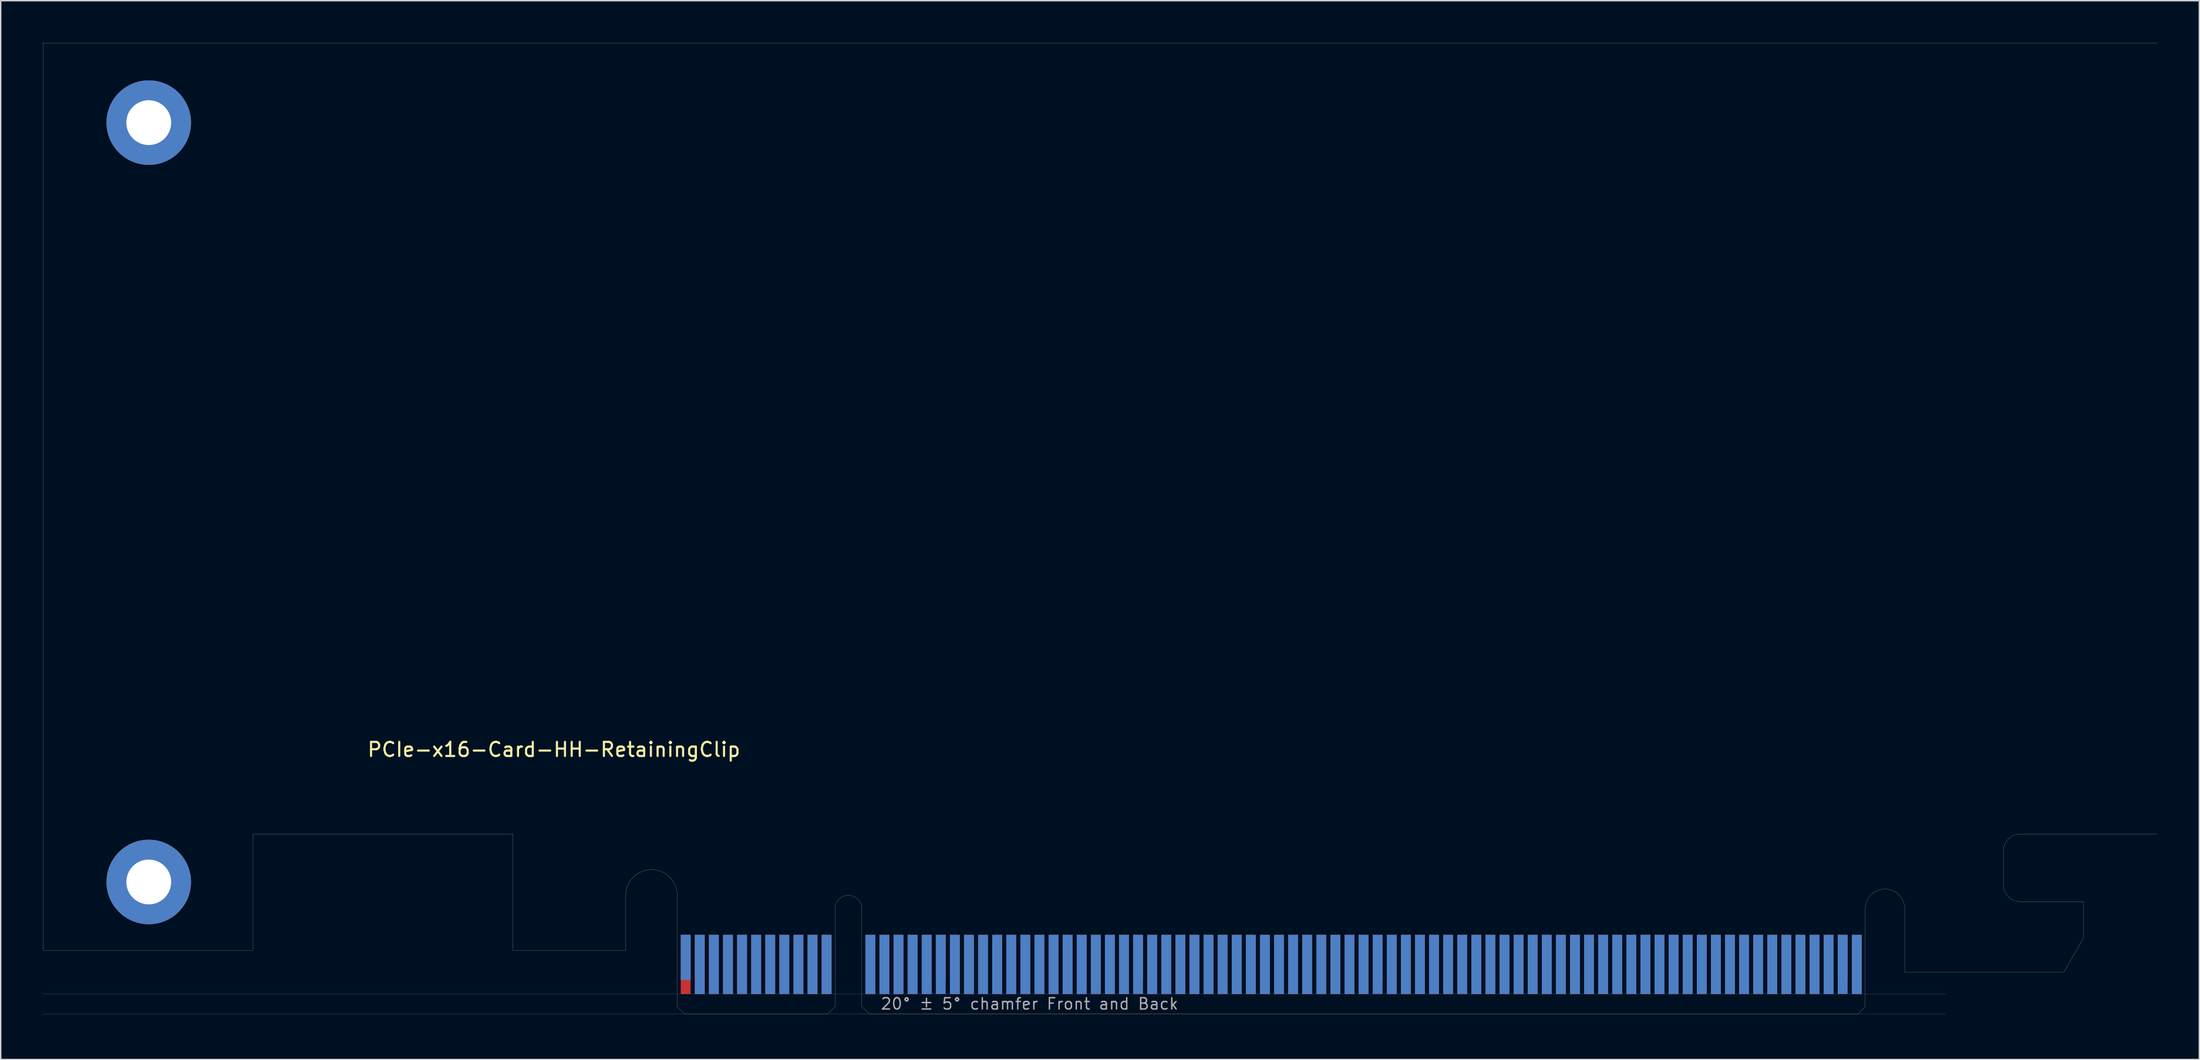
<source format=kicad_pcb>
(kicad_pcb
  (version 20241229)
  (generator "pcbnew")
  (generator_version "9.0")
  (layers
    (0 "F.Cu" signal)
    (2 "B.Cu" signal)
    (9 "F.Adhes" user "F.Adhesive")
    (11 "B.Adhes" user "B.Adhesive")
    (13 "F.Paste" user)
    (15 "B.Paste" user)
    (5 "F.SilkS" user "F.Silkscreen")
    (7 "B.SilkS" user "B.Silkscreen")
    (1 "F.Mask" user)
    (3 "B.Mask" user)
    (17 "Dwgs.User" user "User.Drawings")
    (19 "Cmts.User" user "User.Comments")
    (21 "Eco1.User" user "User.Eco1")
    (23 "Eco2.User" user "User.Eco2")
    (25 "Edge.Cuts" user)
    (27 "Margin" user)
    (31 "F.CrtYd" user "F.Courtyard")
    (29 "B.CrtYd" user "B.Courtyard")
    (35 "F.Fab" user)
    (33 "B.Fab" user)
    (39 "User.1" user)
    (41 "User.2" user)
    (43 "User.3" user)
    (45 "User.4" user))
  (footprint "PCIe-x16-Card-HH-RetainingClip"
    (layer "F.Cu")
    (at 45.005 68.905)
    (property "Reference" "PCIe-x16-Card-HH-RetainingClip" (at -8.75 -18.75 0) (layer "F.SilkS") (effects (font (size 1 1) (thickness 0.15))))
    (attr smd)
    (fp_poly (pts (xy -3.65 -4.5) (xy -11.65 -4.5) (xy -11.65 -7.95) (xy -3.65 -7.95)) (stroke (width 0.1) (type solid)) (fill yes) (layer "F.Mask"))
    (fp_poly (pts (xy 11.2 -5.45) (xy 0 -5.45) (xy 0 0) (xy 11.2 0)) (stroke (width 0.1) (type solid)) (fill yes) (layer "F.Mask"))
    (fp_poly (pts (xy 84.3 -5.45) (xy 13.1 -5.45) (xy 13.1 0) (xy 84.3 0)) (stroke (width 0.1) (type solid)) (fill yes) (layer "F.Mask"))
    (fp_poly (pts (xy 99.8 -5.4) (xy 98.4 -2.95) (xy 87.1 -2.95) (xy 87.1 -7.95) (xy 99.8 -7.95)) (stroke (width 0.1) (type solid)) (fill yes) (layer "F.Mask"))
    (fp_poly (pts (xy -3.65 -7.95) (xy -11.65 -7.95) (xy -11.65 -4.5) (xy -3.65 -4.5)) (stroke (width 0.1) (type solid)) (fill yes) (layer "B.Mask"))
    (fp_poly (pts (xy 11.2 0) (xy 0 0) (xy 0 -5.45) (xy 11.2 -5.45)) (stroke (width 0.1) (type solid)) (fill yes) (layer "B.Mask"))
    (fp_poly (pts (xy 84.3 -5.45) (xy 13.1 -5.45) (xy 13.1 0) (xy 84.3 0)) (stroke (width 0.1) (type solid)) (fill yes) (layer "B.Mask"))
    (fp_poly (pts (xy 99.8 -5.4) (xy 98.4 -2.95) (xy 87.1 -2.95) (xy 87.1 -7.95) (xy 99.8 -7.95)) (stroke (width 0.1) (type solid)) (fill yes) (layer "B.Mask"))
    (fp_line (start -45 -68.9) (end 105 -68.9) (stroke (width 0.01) (type solid)) (layer "Edge.Cuts"))
    (fp_line (start -45 -4.5) (end -45 -68.9) (stroke (width 0.01) (type solid)) (layer "Edge.Cuts"))
    (fp_line (start -30.1 -12.75) (end -30.1 -4.5) (stroke (width 0.01) (type solid)) (layer "Edge.Cuts"))
    (fp_line (start -30.1 -4.5) (end -45 -4.5) (stroke (width 0.01) (type solid)) (layer "Edge.Cuts"))
    (fp_line (start -11.65 -12.75) (end -30.1 -12.75) (stroke (width 0.01) (type solid)) (layer "Edge.Cuts"))
    (fp_line (start -11.65 -4.5) (end -11.65 -12.75) (stroke (width 0.01) (type solid)) (layer "Edge.Cuts"))
    (fp_line (start -3.65 -4.5) (end -11.65 -4.5) (stroke (width 0.01) (type solid)) (layer "Edge.Cuts"))
    (fp_line (start -3.65 -4.5) (end -3.65 -8.4) (stroke (width 0.01) (type solid)) (layer "Edge.Cuts"))
    (fp_line (start 0 -0.5) (end 0 -8.4) (stroke (width 0.01) (type solid)) (layer "Edge.Cuts"))
    (fp_line (start 0.5 0) (end 0 -0.5) (stroke (width 0.01) (type solid)) (layer "Edge.Cuts"))
    (fp_line (start 0.5 0) (end 10.7 0) (stroke (width 0.01) (type solid)) (layer "Edge.Cuts"))
    (fp_line (start 10.7 0) (end 11.2 -0.5) (stroke (width 0.01) (type solid)) (layer "Edge.Cuts"))
    (fp_line (start 11.2 -0.5) (end 11.2 -7.45) (stroke (width 0.01) (type solid)) (layer "Edge.Cuts"))
    (fp_line (start 13.1 -0.5) (end 13.1 -7.45) (stroke (width 0.01) (type solid)) (layer "Edge.Cuts"))
    (fp_line (start 13.6 0) (end 13.1 -0.5) (stroke (width 0.01) (type solid)) (layer "Edge.Cuts"))
    (fp_line (start 83.8 0) (end 13.6 0) (stroke (width 0.01) (type solid)) (layer "Edge.Cuts"))
    (fp_line (start 83.8 0) (end 84.3 -0.5) (stroke (width 0.01) (type solid)) (layer "Edge.Cuts"))
    (fp_line (start 84.3 -0.5) (end 84.3 -7.45) (stroke (width 0.01) (type solid)) (layer "Edge.Cuts"))
    (fp_line (start 87.1 -7.45) (end 87.1 -2.95) (stroke (width 0.01) (type solid)) (layer "Edge.Cuts"))
    (fp_line (start 87.1 -2.95) (end 98.4 -2.95) (stroke (width 0.01) (type solid)) (layer "Edge.Cuts"))
    (fp_line (start 94.1 -11.55) (end 94.1 -9.15) (stroke (width 0.01) (type solid)) (layer "Edge.Cuts"))
    (fp_line (start 95.3 -12.75) (end 105 -12.75) (stroke (width 0.01) (type solid)) (layer "Edge.Cuts"))
    (fp_line (start 98.4 -2.95) (end 99.8 -5.4) (stroke (width 0.01) (type solid)) (layer "Edge.Cuts"))
    (fp_line (start 99.8 -7.95) (end 95.3 -7.95) (stroke (width 0.01) (type solid)) (layer "Edge.Cuts"))
    (fp_line (start 99.8 -5.4) (end 99.8 -7.95) (stroke (width 0.01) (type solid)) (layer "Edge.Cuts"))
    (fp_arc (start -3.65 -8.4) (mid -1.825 -10.225) (end 0 -8.4) (stroke (width 0.01) (type solid)) (layer "Edge.Cuts"))
    (fp_arc (start 11.2 -7.45) (mid 12.15 -8.4) (end 13.1 -7.45) (stroke (width 0.01) (type solid)) (layer "Edge.Cuts"))
    (fp_arc (start 84.3 -7.45) (mid 85.7 -8.85) (end 87.1 -7.45) (stroke (width 0.01) (type solid)) (layer "Edge.Cuts"))
    (fp_arc (start 94.1 -11.55) (mid 94.451472 -12.398528) (end 95.3 -12.75) (stroke (width 0.01) (type solid)) (layer "Edge.Cuts"))
    (fp_arc (start 95.3 -7.95) (mid 94.451472 -8.301472) (end 94.1 -9.15) (stroke (width 0.01) (type solid)) (layer "Edge.Cuts"))
    (fp_line (start -45 -1.4) (end 90 -1.4) (stroke (width 0.01) (type solid)) (layer "F.Fab"))
    (fp_line (start -45 0) (end 90 0) (stroke (width 0.01) (type solid)) (layer "F.Fab"))
    (fp_text user "20° ± 5° chamfer Front and Back" (at 25 -0.7 0) (layer "F.Fab") (effects (font (size 0.8 0.8) (thickness 0.1))))
    (pad "A1" smd rect (at 0.6 -4) (size 0.7 3.2) (layers "B.Cu"))
    (pad "A2" smd rect (at 1.6 -3.5) (size 0.7 4.2) (layers "B.Cu"))
    (pad "A3" smd rect (at 2.6 -3.5) (size 0.7 4.2) (layers "B.Cu"))
    (pad "A4" smd rect (at 3.6 -3.5) (size 0.7 4.2) (layers "B.Cu"))
    (pad "A5" smd rect (at 4.6 -3.5) (size 0.7 4.2) (layers "B.Cu"))
    (pad "A6" smd rect (at 5.6 -3.5) (size 0.7 4.2) (layers "B.Cu"))
    (pad "A7" smd rect (at 6.6 -3.5) (size 0.7 4.2) (layers "B.Cu"))
    (pad "A8" smd rect (at 7.6 -3.5) (size 0.7 4.2) (layers "B.Cu"))
    (pad "A9" smd rect (at 8.6 -3.5) (size 0.7 4.2) (layers "B.Cu"))
    (pad "A10" smd rect (at 9.6 -3.5) (size 0.7 4.2) (layers "B.Cu"))
    (pad "A11" smd rect (at 10.6 -3.5) (size 0.7 4.2) (layers "B.Cu"))
    (pad "A12" smd rect (at 13.7 -3.5) (size 0.7 4.2) (layers "B.Cu"))
    (pad "A13" smd rect (at 14.7 -3.5) (size 0.7 4.2) (layers "B.Cu"))
    (pad "A14" smd rect (at 15.7 -3.5) (size 0.7 4.2) (layers "B.Cu"))
    (pad "A15" smd rect (at 16.7 -3.5) (size 0.7 4.2) (layers "B.Cu"))
    (pad "A16" smd rect (at 17.7 -3.5) (size 0.7 4.2) (layers "B.Cu"))
    (pad "A17" smd rect (at 18.7 -3.5) (size 0.7 4.2) (layers "B.Cu"))
    (pad "A18" smd rect (at 19.7 -3.5) (size 0.7 4.2) (layers "B.Cu"))
    (pad "A19" smd rect (at 20.7 -3.5) (size 0.7 4.2) (layers "B.Cu"))
    (pad "A20" smd rect (at 21.7 -3.5) (size 0.7 4.2) (layers "B.Cu"))
    (pad "A21" smd rect (at 22.7 -3.5) (size 0.7 4.2) (layers "B.Cu"))
    (pad "A22" smd rect (at 23.7 -3.5) (size 0.7 4.2) (layers "B.Cu"))
    (pad "A23" smd rect (at 24.7 -3.5) (size 0.7 4.2) (layers "B.Cu"))
    (pad "A24" smd rect (at 25.7 -3.5) (size 0.7 4.2) (layers "B.Cu"))
    (pad "A25" smd rect (at 26.7 -3.5) (size 0.7 4.2) (layers "B.Cu"))
    (pad "A26" smd rect (at 27.7 -3.5) (size 0.7 4.2) (layers "B.Cu"))
    (pad "A27" smd rect (at 28.7 -3.5) (size 0.7 4.2) (layers "B.Cu"))
    (pad "A28" smd rect (at 29.7 -3.5) (size 0.7 4.2) (layers "B.Cu"))
    (pad "A29" smd rect (at 30.7 -3.5) (size 0.7 4.2) (layers "B.Cu"))
    (pad "A30" smd rect (at 31.7 -3.5) (size 0.7 4.2) (layers "B.Cu"))
    (pad "A31" smd rect (at 32.7 -3.5) (size 0.7 4.2) (layers "B.Cu"))
    (pad "A32" smd rect (at 33.7 -3.5) (size 0.7 4.2) (layers "B.Cu"))
    (pad "A33" smd rect (at 34.7 -3.5) (size 0.7 4.2) (layers "B.Cu"))
    (pad "A34" smd rect (at 35.7 -3.5) (size 0.7 4.2) (layers "B.Cu"))
    (pad "A35" smd rect (at 36.7 -3.5) (size 0.7 4.2) (layers "B.Cu"))
    (pad "A36" smd rect (at 37.7 -3.5) (size 0.7 4.2) (layers "B.Cu"))
    (pad "A37" smd rect (at 38.7 -3.5) (size 0.7 4.2) (layers "B.Cu"))
    (pad "A38" smd rect (at 39.7 -3.5) (size 0.7 4.2) (layers "B.Cu"))
    (pad "A39" smd rect (at 40.7 -3.5) (size 0.7 4.2) (layers "B.Cu"))
    (pad "A40" smd rect (at 41.7 -3.5) (size 0.7 4.2) (layers "B.Cu"))
    (pad "A41" smd rect (at 42.7 -3.5) (size 0.7 4.2) (layers "B.Cu"))
    (pad "A42" smd rect (at 43.7 -3.5) (size 0.7 4.2) (layers "B.Cu"))
    (pad "A43" smd rect (at 44.7 -3.5) (size 0.7 4.2) (layers "B.Cu"))
    (pad "A44" smd rect (at 45.7 -3.5) (size 0.7 4.2) (layers "B.Cu"))
    (pad "A45" smd rect (at 46.7 -3.5) (size 0.7 4.2) (layers "B.Cu"))
    (pad "A46" smd rect (at 47.7 -3.5) (size 0.7 4.2) (layers "B.Cu"))
    (pad "A47" smd rect (at 48.7 -3.5) (size 0.7 4.2) (layers "B.Cu"))
    (pad "A48" smd rect (at 49.7 -3.5) (size 0.7 4.2) (layers "B.Cu"))
    (pad "A49" smd rect (at 50.7 -3.5) (size 0.7 4.2) (layers "B.Cu"))
    (pad "A50" smd rect (at 51.7 -3.5) (size 0.7 4.2) (layers "B.Cu"))
    (pad "A51" smd rect (at 52.7 -3.5) (size 0.7 4.2) (layers "B.Cu"))
    (pad "A52" smd rect (at 53.7 -3.5) (size 0.7 4.2) (layers "B.Cu"))
    (pad "A53" smd rect (at 54.7 -3.5) (size 0.7 4.2) (layers "B.Cu"))
    (pad "A54" smd rect (at 55.7 -3.5) (size 0.7 4.2) (layers "B.Cu"))
    (pad "A55" smd rect (at 56.7 -3.5) (size 0.7 4.2) (layers "B.Cu"))
    (pad "A56" smd rect (at 57.7 -3.5) (size 0.7 4.2) (layers "B.Cu"))
    (pad "A57" smd rect (at 58.7 -3.5) (size 0.7 4.2) (layers "B.Cu"))
    (pad "A58" smd rect (at 59.7 -3.5) (size 0.7 4.2) (layers "B.Cu"))
    (pad "A59" smd rect (at 60.7 -3.5) (size 0.7 4.2) (layers "B.Cu"))
    (pad "A60" smd rect (at 61.7 -3.5) (size 0.7 4.2) (layers "B.Cu"))
    (pad "A61" smd rect (at 62.7 -3.5) (size 0.7 4.2) (layers "B.Cu"))
    (pad "A62" smd rect (at 63.7 -3.5) (size 0.7 4.2) (layers "B.Cu"))
    (pad "A63" smd rect (at 64.7 -3.5) (size 0.7 4.2) (layers "B.Cu"))
    (pad "A64" smd rect (at 65.7 -3.5) (size 0.7 4.2) (layers "B.Cu"))
    (pad "A65" smd rect (at 66.7 -3.5) (size 0.7 4.2) (layers "B.Cu"))
    (pad "A66" smd rect (at 67.7 -3.5) (size 0.7 4.2) (layers "B.Cu"))
    (pad "A67" smd rect (at 68.7 -3.5) (size 0.7 4.2) (layers "B.Cu"))
    (pad "A68" smd rect (at 69.7 -3.5) (size 0.7 4.2) (layers "B.Cu"))
    (pad "A69" smd rect (at 70.7 -3.5) (size 0.7 4.2) (layers "B.Cu"))
    (pad "A70" smd rect (at 71.7 -3.5) (size 0.7 4.2) (layers "B.Cu"))
    (pad "A71" smd rect (at 72.7 -3.5) (size 0.7 4.2) (layers "B.Cu"))
    (pad "A72" smd rect (at 73.7 -3.5) (size 0.7 4.2) (layers "B.Cu"))
    (pad "A73" smd rect (at 74.7 -3.5) (size 0.7 4.2) (layers "B.Cu"))
    (pad "A74" smd rect (at 75.7 -3.5) (size 0.7 4.2) (layers "B.Cu"))
    (pad "A75" smd rect (at 76.7 -3.5) (size 0.7 4.2) (layers "B.Cu"))
    (pad "A76" smd rect (at 77.7 -3.5) (size 0.7 4.2) (layers "B.Cu"))
    (pad "A77" smd rect (at 78.7 -3.5) (size 0.7 4.2) (layers "B.Cu"))
    (pad "A78" smd rect (at 79.7 -3.5) (size 0.7 4.2) (layers "B.Cu"))
    (pad "A79" smd rect (at 80.7 -3.5) (size 0.7 4.2) (layers "B.Cu"))
    (pad "A80" smd rect (at 81.7 -3.5) (size 0.7 4.2) (layers "B.Cu"))
    (pad "A81" smd rect (at 82.7 -3.5) (size 0.7 4.2) (layers "B.Cu"))
    (pad "A82" smd rect (at 83.7 -3.5) (size 0.7 4.2) (layers "B.Cu"))
    (pad "B1" smd rect (at 0.6 -3.5) (size 0.7 4.2) (layers "F.Cu"))
    (pad "B2" smd rect (at 1.6 -3.5) (size 0.7 4.2) (layers "F.Cu"))
    (pad "B3" smd rect (at 2.6 -3.5) (size 0.7 4.2) (layers "F.Cu"))
    (pad "B4" smd rect (at 3.6 -3.5) (size 0.7 4.2) (layers "F.Cu"))
    (pad "B5" smd rect (at 4.6 -3.5) (size 0.7 4.2) (layers "F.Cu"))
    (pad "B6" smd rect (at 5.6 -3.5) (size 0.7 4.2) (layers "F.Cu"))
    (pad "B7" smd rect (at 6.6 -3.5) (size 0.7 4.2) (layers "F.Cu"))
    (pad "B8" smd rect (at 7.6 -3.5) (size 0.7 4.2) (layers "F.Cu"))
    (pad "B9" smd rect (at 8.6 -3.5) (size 0.7 4.2) (layers "F.Cu"))
    (pad "B10" smd rect (at 9.6 -3.5) (size 0.7 4.2) (layers "F.Cu"))
    (pad "B11" smd rect (at 10.6 -3.5) (size 0.7 4.2) (layers "F.Cu"))
    (pad "B12" smd rect (at 13.7 -3.5) (size 0.7 4.2) (layers "F.Cu"))
    (pad "B13" smd rect (at 14.7 -3.5) (size 0.7 4.2) (layers "F.Cu"))
    (pad "B14" smd rect (at 15.7 -3.5) (size 0.7 4.2) (layers "F.Cu"))
    (pad "B15" smd rect (at 16.7 -3.5) (size 0.7 4.2) (layers "F.Cu"))
    (pad "B16" smd rect (at 17.7 -3.5) (size 0.7 4.2) (layers "F.Cu"))
    (pad "B17" smd rect (at 18.7 -4) (size 0.7 3.2) (layers "F.Cu"))
    (pad "B18" smd rect (at 19.7 -3.5) (size 0.7 4.2) (layers "F.Cu"))
    (pad "B19" smd rect (at 20.7 -3.5) (size 0.7 4.2) (layers "F.Cu"))
    (pad "B20" smd rect (at 21.7 -3.5) (size 0.7 4.2) (layers "F.Cu"))
    (pad "B21" smd rect (at 22.7 -3.5) (size 0.7 4.2) (layers "F.Cu"))
    (pad "B22" smd rect (at 23.7 -3.5) (size 0.7 4.2) (layers "F.Cu"))
    (pad "B23" smd rect (at 24.7 -3.5) (size 0.7 4.2) (layers "F.Cu"))
    (pad "B24" smd rect (at 25.7 -3.5) (size 0.7 4.2) (layers "F.Cu"))
    (pad "B25" smd rect (at 26.7 -3.5) (size 0.7 4.2) (layers "F.Cu"))
    (pad "B26" smd rect (at 27.7 -3.5) (size 0.7 4.2) (layers "F.Cu"))
    (pad "B27" smd rect (at 28.7 -3.5) (size 0.7 4.2) (layers "F.Cu"))
    (pad "B28" smd rect (at 29.7 -3.5) (size 0.7 4.2) (layers "F.Cu"))
    (pad "B29" smd rect (at 30.7 -3.5) (size 0.7 4.2) (layers "F.Cu"))
    (pad "B30" smd rect (at 31.7 -3.5) (size 0.7 4.2) (layers "F.Cu"))
    (pad "B31" smd rect (at 32.7 -4) (size 0.7 3.2) (layers "F.Cu"))
    (pad "B32" smd rect (at 33.7 -3.5) (size 0.7 4.2) (layers "F.Cu"))
    (pad "B33" smd rect (at 34.7 -3.5) (size 0.7 4.2) (layers "F.Cu"))
    (pad "B34" smd rect (at 35.7 -3.5) (size 0.7 4.2) (layers "F.Cu"))
    (pad "B35" smd rect (at 36.7 -3.5) (size 0.7 4.2) (layers "F.Cu"))
    (pad "B36" smd rect (at 37.7 -3.5) (size 0.7 4.2) (layers "F.Cu"))
    (pad "B37" smd rect (at 38.7 -3.5) (size 0.7 4.2) (layers "F.Cu"))
    (pad "B38" smd rect (at 39.7 -3.5) (size 0.7 4.2) (layers "F.Cu"))
    (pad "B39" smd rect (at 40.7 -3.5) (size 0.7 4.2) (layers "F.Cu"))
    (pad "B40" smd rect (at 41.7 -3.5) (size 0.7 4.2) (layers "F.Cu"))
    (pad "B41" smd rect (at 42.7 -3.5) (size 0.7 4.2) (layers "F.Cu"))
    (pad "B42" smd rect (at 43.7 -3.5) (size 0.7 4.2) (layers "F.Cu"))
    (pad "B43" smd rect (at 44.7 -3.5) (size 0.7 4.2) (layers "F.Cu"))
    (pad "B44" smd rect (at 45.7 -3.5) (size 0.7 4.2) (layers "F.Cu"))
    (pad "B45" smd rect (at 46.7 -3.5) (size 0.7 4.2) (layers "F.Cu"))
    (pad "B46" smd rect (at 47.7 -3.5) (size 0.7 4.2) (layers "F.Cu"))
    (pad "B47" smd rect (at 48.7 -3.5) (size 0.7 4.2) (layers "F.Cu"))
    (pad "B48" smd rect (at 49.7 -4) (size 0.7 3.2) (layers "F.Cu"))
    (pad "B49" smd rect (at 50.7 -3.5) (size 0.7 4.2) (layers "F.Cu"))
    (pad "B50" smd rect (at 51.7 -3.5) (size 0.7 4.2) (layers "F.Cu"))
    (pad "B51" smd rect (at 52.7 -3.5) (size 0.7 4.2) (layers "F.Cu"))
    (pad "B52" smd rect (at 53.7 -3.5) (size 0.7 4.2) (layers "F.Cu"))
    (pad "B53" smd rect (at 54.7 -3.5) (size 0.7 4.2) (layers "F.Cu"))
    (pad "B54" smd rect (at 55.7 -3.5) (size 0.7 4.2) (layers "F.Cu"))
    (pad "B55" smd rect (at 56.7 -3.5) (size 0.7 4.2) (layers "F.Cu"))
    (pad "B56" smd rect (at 57.7 -3.5) (size 0.7 4.2) (layers "F.Cu"))
    (pad "B57" smd rect (at 58.7 -3.5) (size 0.7 4.2) (layers "F.Cu"))
    (pad "B58" smd rect (at 59.7 -3.5) (size 0.7 4.2) (layers "F.Cu"))
    (pad "B59" smd rect (at 60.7 -3.5) (size 0.7 4.2) (layers "F.Cu"))
    (pad "B60" smd rect (at 61.7 -3.5) (size 0.7 4.2) (layers "F.Cu"))
    (pad "B61" smd rect (at 62.7 -3.5) (size 0.7 4.2) (layers "F.Cu"))
    (pad "B62" smd rect (at 63.7 -3.5) (size 0.7 4.2) (layers "F.Cu"))
    (pad "B63" smd rect (at 64.7 -3.5) (size 0.7 4.2) (layers "F.Cu"))
    (pad "B64" smd rect (at 65.7 -3.5) (size 0.7 4.2) (layers "F.Cu"))
    (pad "B65" smd rect (at 66.7 -3.5) (size 0.7 4.2) (layers "F.Cu"))
    (pad "B66" smd rect (at 67.7 -3.5) (size 0.7 4.2) (layers "F.Cu"))
    (pad "B67" smd rect (at 68.7 -3.5) (size 0.7 4.2) (layers "F.Cu"))
    (pad "B68" smd rect (at 69.7 -3.5) (size 0.7 4.2) (layers "F.Cu"))
    (pad "B69" smd rect (at 70.7 -3.5) (size 0.7 4.2) (layers "F.Cu"))
    (pad "B70" smd rect (at 71.7 -3.5) (size 0.7 4.2) (layers "F.Cu"))
    (pad "B71" smd rect (at 72.7 -3.5) (size 0.7 4.2) (layers "F.Cu"))
    (pad "B72" smd rect (at 73.7 -3.5) (size 0.7 4.2) (layers "F.Cu"))
    (pad "B73" smd rect (at 74.7 -3.5) (size 0.7 4.2) (layers "F.Cu"))
    (pad "B74" smd rect (at 75.7 -3.5) (size 0.7 4.2) (layers "F.Cu"))
    (pad "B75" smd rect (at 76.7 -3.5) (size 0.7 4.2) (layers "F.Cu"))
    (pad "B76" smd rect (at 77.7 -3.5) (size 0.7 4.2) (layers "F.Cu"))
    (pad "B77" smd rect (at 78.7 -3.5) (size 0.7 4.2) (layers "F.Cu"))
    (pad "B78" smd rect (at 79.7 -3.5) (size 0.7 4.2) (layers "F.Cu"))
    (pad "B79" smd rect (at 80.7 -3.5) (size 0.7 4.2) (layers "F.Cu"))
    (pad "B80" smd rect (at 81.7 -3.5) (size 0.7 4.2) (layers "F.Cu"))
    (pad "B81" smd rect (at 82.7 -4) (size 0.7 3.2) (layers "F.Cu"))
    (pad "B82" smd rect (at 83.7 -3.5) (size 0.7 4.2) (layers "F.Cu"))
    (pad "G1" thru_hole circle (at -37.5 -63.25) (size 6 6) (drill 3.18) (layers "*.Cu" "*.Mask"))
    (pad "G2" thru_hole circle (at -37.5 -9.35) (size 6 6) (drill 3.18) (layers "*.Cu" "*.Mask")))
  (gr_rect
    (start -3 -3)
    (end 153.01 72.155)
    (stroke (width 0.1) (type default))
    (fill no)
    (layer "Edge.Cuts")))
</source>
